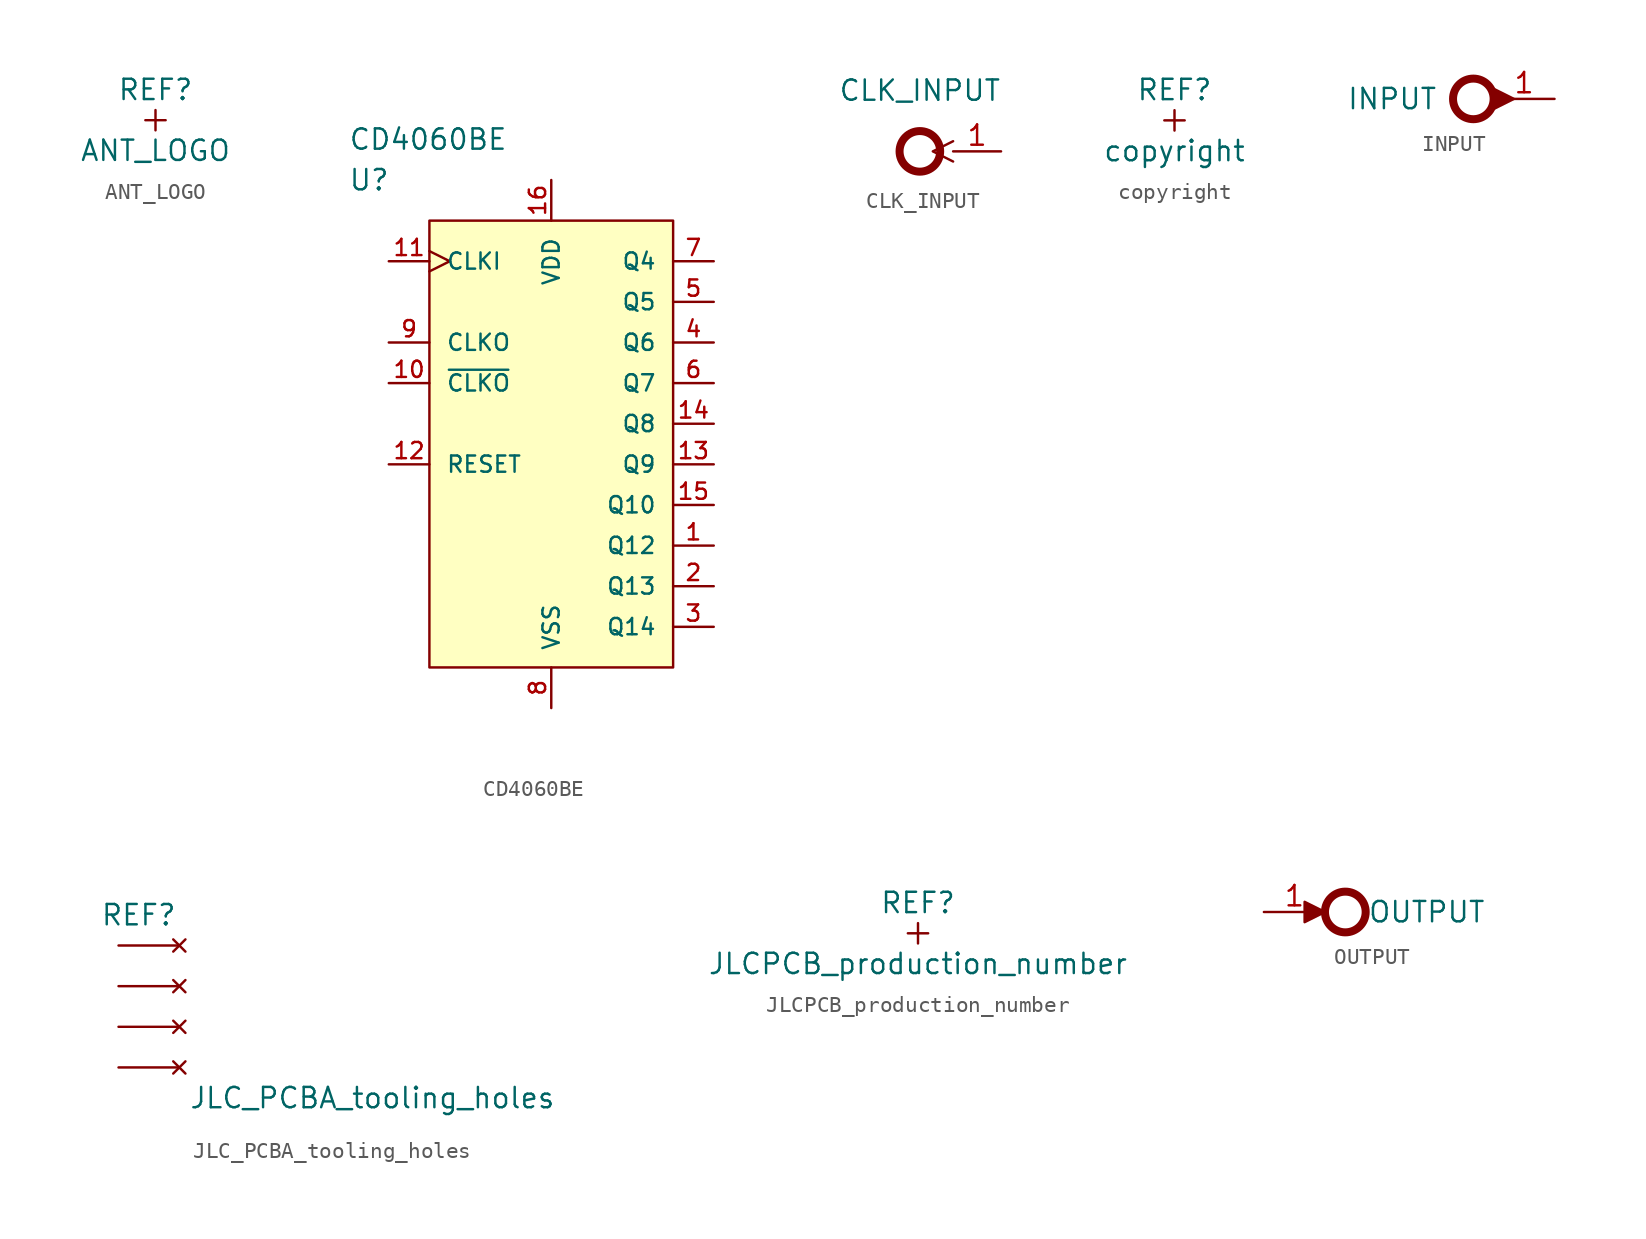
<source format=kicad_sym>
(kicad_symbol_lib
  (version 20211014)
  (generator kicad_symbol_editor)
  (symbol "ANT_LOGO"
    (pin_numbers hide)
    (pin_names
      (offset 0) hide)
    (property "Reference" "REF"
      (at 0 1.905 0)
      (effects (font (size 1.27 1.27))))
    (property "Value" "ANT_LOGO"
      (at 0 -1.905 0)
      (effects (font (size 1.27 1.27))))
    (symbol "ANT_LOGO_0_1"
      (polyline (pts (xy -0.635 0) (xy 0.635 0)) (stroke (width 0) (type default) (color 0 0 0 0)) (fill (type none)))
      (polyline (pts (xy 0 0.635) (xy 0 -0.635)) (stroke (width 0) (type default) (color 0 0 0 0)) (fill (type none)))))
  (symbol "CD4060BE"
    (pin_names
      (offset 1.016))
    (property "Reference" "U"
      (at 0 5.08 0)
      (effects (font (size 1.27 1.27)) (justify left)))
    (property "Value" "CD4060BE"
      (at 0 7.62 0)
      (effects (font (size 1.27 1.27)) (justify left)))
    (property "ki_locked" ""
      (at 0 0 0)
      (effects (font (size 1.27 1.27))))
    (symbol "CD4060BE_1_1"
      (rectangle (start 5.08 2.54) (end 20.32 -25.4) (stroke (width 0) (type default) (color 0 0 0 0)) (fill (type background)))
      (pin output line (at 22.86 -17.78 180) (length 2.54) (name "Q12" (effects (font (size 1.016 1.016)))) (number "1" (effects (font (size 1.016 1.016)))))
      (pin output line (at 2.54 -7.62 0) (length 2.54) (name "~{CLKO}" (effects (font (size 1.016 1.016)))) (number "10" (effects (font (size 1.016 1.016)))))
      (pin input clock (at 2.54 0 0) (length 2.54) (name "CLKI" (effects (font (size 1.016 1.016)))) (number "11" (effects (font (size 1.016 1.016)))))
      (pin input line (at 2.54 -12.7 0) (length 2.54) (name "RESET" (effects (font (size 1.016 1.016)))) (number "12" (effects (font (size 1.016 1.016)))))
      (pin output line (at 22.86 -12.7 180) (length 2.54) (name "Q9" (effects (font (size 1.016 1.016)))) (number "13" (effects (font (size 1.016 1.016)))))
      (pin output line (at 22.86 -10.16 180) (length 2.54) (name "Q8" (effects (font (size 1.016 1.016)))) (number "14" (effects (font (size 1.016 1.016)))))
      (pin output line (at 22.86 -15.24 180) (length 2.54) (name "Q10" (effects (font (size 1.016 1.016)))) (number "15" (effects (font (size 1.016 1.016)))))
      (pin power_in line (at 12.7 5.08 270) (length 2.54) (name "VDD" (effects (font (size 1.016 1.016)))) (number "16" (effects (font (size 1.016 1.016)))))
      (pin output line (at 22.86 -20.32 180) (length 2.54) (name "Q13" (effects (font (size 1.016 1.016)))) (number "2" (effects (font (size 1.016 1.016)))))
      (pin output line (at 22.86 -22.86 180) (length 2.54) (name "Q14" (effects (font (size 1.016 1.016)))) (number "3" (effects (font (size 1.016 1.016)))))
      (pin output line (at 22.86 -5.08 180) (length 2.54) (name "Q6" (effects (font (size 1.016 1.016)))) (number "4" (effects (font (size 1.016 1.016)))))
      (pin output line (at 22.86 -2.54 180) (length 2.54) (name "Q5" (effects (font (size 1.016 1.016)))) (number "5" (effects (font (size 1.016 1.016)))))
      (pin output line (at 22.86 -7.62 180) (length 2.54) (name "Q7" (effects (font (size 1.016 1.016)))) (number "6" (effects (font (size 1.016 1.016)))))
      (pin output line (at 22.86 0 180) (length 2.54) (name "Q4" (effects (font (size 1.016 1.016)))) (number "7" (effects (font (size 1.016 1.016)))))
      (pin power_in line (at 12.7 -27.94 90) (length 2.54) (name "VSS" (effects (font (size 1.016 1.016)))) (number "8" (effects (font (size 1.016 1.016)))))
      (pin output line (at 2.54 -5.08 0) (length 2.54) (name "CLKO" (effects (font (size 1.016 1.016)))) (number "9" (effects (font (size 1.016 1.016)))))))
  (symbol "CLK_INPUT"
    (pin_names
      (offset 1.016) hide)
    (property "Reference" "J"
      (at 0 2.54 0)
      (effects (font (size 1.27 1.27)) hide))
    (property "Value" "CLK_INPUT"
      (at 0 3.81 0)
      (effects (font (size 1.27 1.27))))
    (symbol "CLK_INPUT_0_1"
      (circle (center 0 0) (radius 1.27) (stroke (width 0.5) (type default) (color 0 0 0 0)) (fill (type none))))
    (symbol "CLK_INPUT_1_1"
      (pin input clock (at 5.08 0 180) (length 3) (name "Pin_1" (effects (font (size 1.27 1.27)))) (number "1" (effects (font (size 1.27 1.27)))))))
  (symbol "copyright"
    (pin_numbers hide)
    (pin_names
      (offset 0) hide)
    (property "Reference" "REF"
      (at 0 1.905 0)
      (effects (font (size 1.27 1.27))))
    (property "Value" "copyright"
      (at 0 -1.905 0)
      (effects (font (size 1.27 1.27))))
    (symbol "copyright_0_1"
      (polyline (pts (xy -0.635 0) (xy 0.635 0)) (stroke (width 0) (type default) (color 0 0 0 0)) (fill (type none)))
      (polyline (pts (xy 0 0.635) (xy 0 -0.635)) (stroke (width 0) (type default) (color 0 0 0 0)) (fill (type none)))))
  (symbol "INPUT"
    (pin_names
      (offset 1.016) hide)
    (property "Reference" "J"
      (at 0 2.54 0)
      (effects (font (size 1.27 1.27)) hide))
    (property "Value" "INPUT"
      (at -5.08 0 0)
      (effects (font (size 1.27 1.27))))
    (symbol "INPUT_0_1"
      (polyline (pts (xy 1.27 0) (xy 1.27 -0.635) (xy 2.54 0) (xy 1.27 0.635) (xy 1.27 0)) (stroke (width 0) (type default) (color 0 0 0 0)) (fill (type outline)))
      (circle (center 0 0) (radius 1.27) (stroke (width 0.5) (type default) (color 0 0 0 0)) (fill (type none))))
    (symbol "INPUT_1_1"
      (pin input line (at 5.08 0 180) (length 3.81) (name "Pin_1" (effects (font (size 1.27 1.27)))) (number "1" (effects (font (size 1.27 1.27)))))))
  (symbol "JLC_PCBA_tooling_holes"
    (pin_numbers hide)
    (pin_names
      (offset 0) hide)
    (property "Reference" "REF"
      (at 1.27 5.715 0)
      (effects (font (size 1.27 1.27))))
    (property "Value" "JLC_PCBA_tooling_holes"
      (at 15.875 -5.715 0)
      (effects (font (size 1.27 1.27))))
    (symbol "JLC_PCBA_tooling_holes_1_1"
      (pin no_connect line (at 3.81 -3.81 180) (length 3.8) (name "" (effects (font (size 1.27 1.27)))) (number "" (effects (font (size 1.27 1.27)))))
      (pin no_connect line (at 3.81 -1.27 180) (length 3.8) (name "" (effects (font (size 1.27 1.27)))) (number "" (effects (font (size 1.27 1.27)))))
      (pin no_connect line (at 3.81 1.27 180) (length 3.8) (name "" (effects (font (size 1.27 1.27)))) (number "" (effects (font (size 1.27 1.27)))))
      (pin no_connect line (at 3.81 3.81 180) (length 3.8) (name "" (effects (font (size 1.27 1.27)))) (number "" (effects (font (size 1.27 1.27)))))))
  (symbol "JLCPCB_production_number"
    (pin_numbers hide)
    (pin_names
      (offset 0) hide)
    (property "Reference" "REF"
      (at 0 1.905 0)
      (effects (font (size 1.27 1.27))))
    (property "Value" "JLCPCB_production_number"
      (at 0 -1.905 0)
      (effects (font (size 1.27 1.27))))
    (symbol "JLCPCB_production_number_0_1"
      (polyline (pts (xy -0.635 0) (xy 0.635 0)) (stroke (width 0) (type default) (color 0 0 0 0)) (fill (type none)))
      (polyline (pts (xy 0 0.635) (xy 0 -0.635)) (stroke (width 0) (type default) (color 0 0 0 0)) (fill (type none)))))
  (symbol "OUTPUT"
    (pin_names
      (offset 1.016) hide)
    (property "Reference" "J"
      (at 0 2.54 0)
      (effects (font (size 1.27 1.27)) hide))
    (property "Value" "OUTPUT"
      (at 5.08 0 0)
      (effects (font (size 1.27 1.27))))
    (symbol "OUTPUT_0_1"
      (polyline (pts (xy -1.27 0) (xy -2.54 -0.635) (xy -2.54 0.635) (xy -1.27 0)) (stroke (width 0) (type default) (color 0 0 0 0)) (fill (type outline)))
      (circle (center 0 0) (radius 1.27) (stroke (width 0.5) (type default) (color 0 0 0 0)) (fill (type none))))
    (symbol "OUTPUT_1_1"
      (pin output line (at -5.08 0 0) (length 3.81) (name "Pin_1" (effects (font (size 1.27 1.27)))) (number "1" (effects (font (size 1.27 1.27))))))))
</source>
